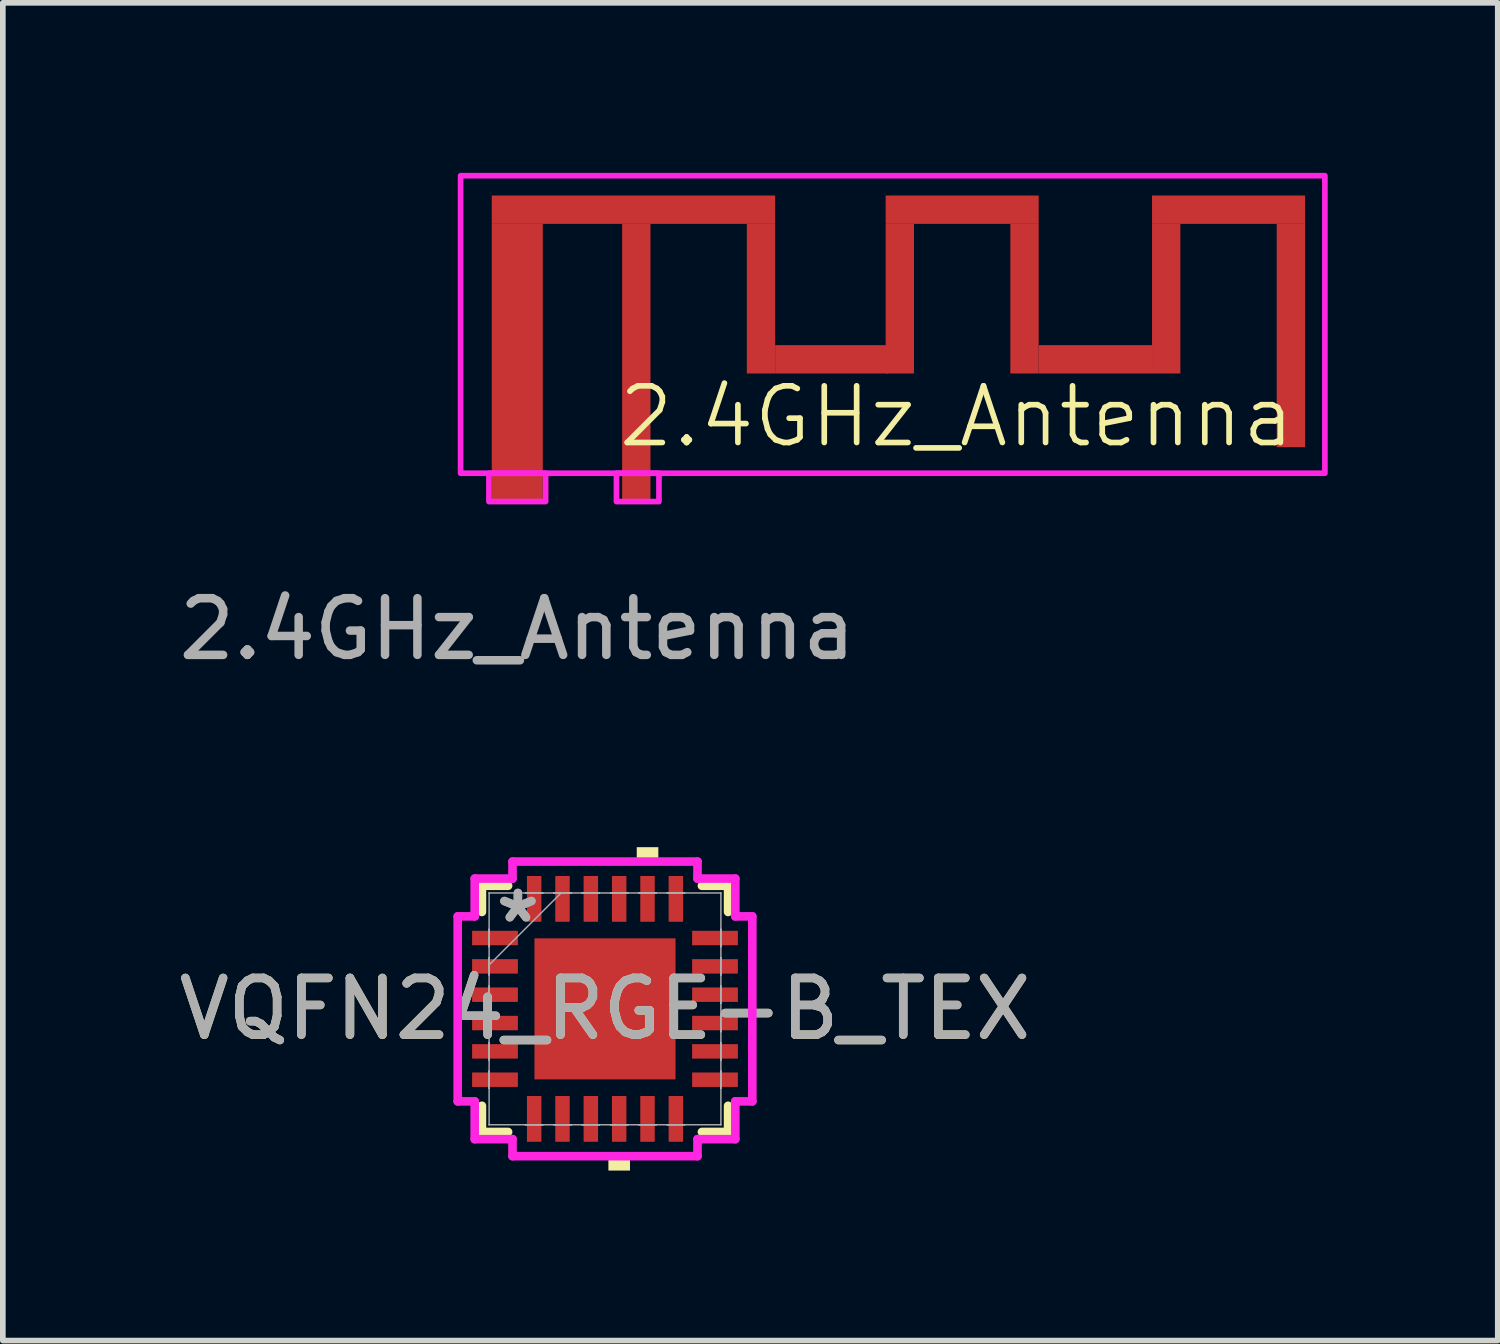
<source format=kicad_pcb>
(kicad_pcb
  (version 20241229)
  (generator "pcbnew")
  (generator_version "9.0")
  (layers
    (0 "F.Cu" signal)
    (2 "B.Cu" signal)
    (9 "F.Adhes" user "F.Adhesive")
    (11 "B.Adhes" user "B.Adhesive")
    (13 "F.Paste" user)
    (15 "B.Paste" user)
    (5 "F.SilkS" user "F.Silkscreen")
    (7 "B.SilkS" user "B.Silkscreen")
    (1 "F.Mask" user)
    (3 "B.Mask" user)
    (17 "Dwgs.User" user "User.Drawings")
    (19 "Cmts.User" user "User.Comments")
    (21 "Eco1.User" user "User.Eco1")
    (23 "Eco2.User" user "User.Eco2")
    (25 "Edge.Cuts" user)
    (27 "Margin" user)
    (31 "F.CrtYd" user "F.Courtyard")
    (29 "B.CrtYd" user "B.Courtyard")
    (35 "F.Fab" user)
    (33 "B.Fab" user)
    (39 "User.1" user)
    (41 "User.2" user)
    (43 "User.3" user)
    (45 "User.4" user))
  (footprint "2.4GHz_Antenna"
    (layer "F.Cu")
    (at 6.077 5.55)
    (property "Reference" "2.4GHz_Antenna" (at 7.75 -1.25 0) (unlocked yes) (layer "F.SilkS") (effects (font (size 1 1) (thickness 0.1))))
    (attr smd)
    (fp_rect (start -0.45 -5.15) (end 4.55 -4.65) (stroke (width 0) (type default)) (fill yes) (layer "F.Cu"))
    (fp_rect (start -0.45 -4.65) (end 0.45 -0.25) (stroke (width 0) (type default)) (fill yes) (layer "F.Cu"))
    (fp_rect (start 1.85 -4.65) (end 2.35 -0.25) (stroke (width 0) (type default)) (fill yes) (layer "F.Cu"))
    (fp_rect (start 4.05 -4.65) (end 4.55 -2.01) (stroke (width 0) (type default)) (fill yes) (layer "F.Cu"))
    (fp_rect (start 4.55 -2.51) (end 6.55 -2.01) (stroke (width 0) (type default)) (fill yes) (layer "F.Cu"))
    (fp_rect (start 6.5 -5.15) (end 9.2 -4.65) (stroke (width 0) (type default)) (fill yes) (layer "F.Cu"))
    (fp_rect (start 6.5 -4.65) (end 7 -2.01) (stroke (width 0) (type default)) (fill yes) (layer "F.Cu"))
    (fp_rect (start 8.7 -4.65) (end 9.2 -2.01) (stroke (width 0) (type default)) (fill yes) (layer "F.Cu"))
    (fp_rect (start 9.2 -2.51) (end 11.2 -2.01) (stroke (width 0) (type default)) (fill yes) (layer "F.Cu"))
    (fp_rect (start 11.2 -5.15) (end 13.9 -4.65) (stroke (width 0) (type default)) (fill yes) (layer "F.Cu"))
    (fp_rect (start 11.2 -4.65) (end 11.7 -2.01) (stroke (width 0) (type default)) (fill yes) (layer "F.Cu"))
    (fp_rect (start 13.4 -4.65) (end 13.9 -0.71) (stroke (width 0) (type default)) (fill yes) (layer "F.Cu"))
    (fp_rect (start -1 -5.5) (end 14.25 -0.25) (stroke (width 0.1) (type default)) (fill no) (layer "F.CrtYd"))
    (fp_rect (start -0.5 -0.25) (end 0.5 0.25) (stroke (width 0.1) (type default)) (fill no) (layer "F.CrtYd"))
    (fp_rect (start 1.75 -0.25) (end 2.5 0.25) (stroke (width 0.1) (type default)) (fill no) (layer "F.CrtYd"))
    (fp_text user "${REFERENCE}" (at 0 2.5 0) (unlocked yes) (layer "F.Fab") (effects (font (size 1 1) (thickness 0.15))))
    (pad "1" smd rect (at 2.1 0) (size 0.5 0.5) (layers "F.Cu"))
    (pad "2" smd rect (at 0 0) (size 0.9 0.5) (layers "F.Cu"))
    (zone (net_name "") (layers "F.Cu" "B.Cu") (hatch edge 0.5) (connect_pads) (min_thickness 0.25) (filled_areas_thickness no) (keepout (tracks not_allowed) (vias not_allowed) (pads not_allowed) (copperpour not_allowed) (footprints not_allowed)) (placement (enabled no)) (fill) (polygon (pts (xy 20.327 0.05) (xy 20.327 5.3) (xy 5.077 5.3) (xy 5.077 0.05)))))
  (footprint "VQFN24_RGE-B_TEX"
    (layer "F.Cu")
    (at 7.625 14.751)
    (property "Reference" "VQFN24_RGE-B_TEX" (at 0 0 0) (unlocked yes) (layer "F.SilkS") (effects (font (size 1 1) (thickness 0.15))))
    (attr smd)
    (fp_line (start -2.172 -2.172) (end -2.172 -1.71) (stroke (width 0.152) (type solid)) (layer "F.SilkS"))
    (fp_line (start -2.172 1.71) (end -2.172 2.172) (stroke (width 0.152) (type solid)) (layer "F.SilkS"))
    (fp_line (start -2.172 2.172) (end -1.71 2.172) (stroke (width 0.152) (type solid)) (layer "F.SilkS"))
    (fp_line (start -1.71 -2.172) (end -2.172 -2.172) (stroke (width 0.152) (type solid)) (layer "F.SilkS"))
    (fp_line (start 1.71 2.172) (end 2.172 2.172) (stroke (width 0.152) (type solid)) (layer "F.SilkS"))
    (fp_line (start 2.172 -2.172) (end 1.71 -2.172) (stroke (width 0.152) (type solid)) (layer "F.SilkS"))
    (fp_line (start 2.172 -1.71) (end 2.172 -2.172) (stroke (width 0.152) (type solid)) (layer "F.SilkS"))
    (fp_line (start 2.172 2.172) (end 2.172 1.71) (stroke (width 0.152) (type solid)) (layer "F.SilkS"))
    (fp_poly (pts (xy 0.06 2.599) (xy 0.06 2.853) (xy 0.441 2.853) (xy 0.441 2.599)) (stroke (width 0) (type solid)) (fill yes) (layer "F.SilkS"))
    (fp_poly (pts (xy 0.56 -2.599) (xy 0.56 -2.853) (xy 0.941 -2.853) (xy 0.941 -2.599)) (stroke (width 0) (type solid)) (fill yes) (layer "F.SilkS"))
    (fp_line (start -2.599 -1.632) (end -2.299 -1.632) (stroke (width 0.152) (type solid)) (layer "F.CrtYd"))
    (fp_line (start -2.599 1.632) (end -2.599 -1.632) (stroke (width 0.152) (type solid)) (layer "F.CrtYd"))
    (fp_line (start -2.299 -2.299) (end -1.632 -2.299) (stroke (width 0.152) (type solid)) (layer "F.CrtYd"))
    (fp_line (start -2.299 -1.632) (end -2.299 -2.299) (stroke (width 0.152) (type solid)) (layer "F.CrtYd"))
    (fp_line (start -2.299 1.632) (end -2.599 1.632) (stroke (width 0.152) (type solid)) (layer "F.CrtYd"))
    (fp_line (start -2.299 2.299) (end -2.299 1.632) (stroke (width 0.152) (type solid)) (layer "F.CrtYd"))
    (fp_line (start -1.632 -2.599) (end 1.632 -2.599) (stroke (width 0.152) (type solid)) (layer "F.CrtYd"))
    (fp_line (start -1.632 -2.299) (end -1.632 -2.599) (stroke (width 0.152) (type solid)) (layer "F.CrtYd"))
    (fp_line (start -1.632 2.299) (end -2.299 2.299) (stroke (width 0.152) (type solid)) (layer "F.CrtYd"))
    (fp_line (start -1.632 2.599) (end -1.632 2.299) (stroke (width 0.152) (type solid)) (layer "F.CrtYd"))
    (fp_line (start 1.632 -2.599) (end 1.632 -2.299) (stroke (width 0.152) (type solid)) (layer "F.CrtYd"))
    (fp_line (start 1.632 -2.299) (end 2.299 -2.299) (stroke (width 0.152) (type solid)) (layer "F.CrtYd"))
    (fp_line (start 1.632 2.299) (end 1.632 2.599) (stroke (width 0.152) (type solid)) (layer "F.CrtYd"))
    (fp_line (start 1.632 2.599) (end -1.632 2.599) (stroke (width 0.152) (type solid)) (layer "F.CrtYd"))
    (fp_line (start 2.299 -2.299) (end 2.299 -1.632) (stroke (width 0.152) (type solid)) (layer "F.CrtYd"))
    (fp_line (start 2.299 -1.632) (end 2.599 -1.632) (stroke (width 0.152) (type solid)) (layer "F.CrtYd"))
    (fp_line (start 2.299 1.632) (end 2.299 2.299) (stroke (width 0.152) (type solid)) (layer "F.CrtYd"))
    (fp_line (start 2.299 2.299) (end 1.632 2.299) (stroke (width 0.152) (type solid)) (layer "F.CrtYd"))
    (fp_line (start 2.599 -1.632) (end 2.599 1.632) (stroke (width 0.152) (type solid)) (layer "F.CrtYd"))
    (fp_line (start 2.599 1.632) (end 2.299 1.632) (stroke (width 0.152) (type solid)) (layer "F.CrtYd"))
    (fp_line (start -2.045 -2.045) (end -2.045 -2.045) (stroke (width 0.025) (type solid)) (layer "F.Fab"))
    (fp_line (start -2.045 -2.045) (end -2.045 2.045) (stroke (width 0.025) (type solid)) (layer "F.Fab"))
    (fp_line (start -2.045 -1.403) (end -2.045 -1.403) (stroke (width 0.025) (type solid)) (layer "F.Fab"))
    (fp_line (start -2.045 -1.403) (end -2.045 -1.098) (stroke (width 0.025) (type solid)) (layer "F.Fab"))
    (fp_line (start -2.045 -1.098) (end -2.045 -1.403) (stroke (width 0.025) (type solid)) (layer "F.Fab"))
    (fp_line (start -2.045 -1.098) (end -2.045 -1.098) (stroke (width 0.025) (type solid)) (layer "F.Fab"))
    (fp_line (start -2.045 -0.903) (end -2.045 -0.903) (stroke (width 0.025) (type solid)) (layer "F.Fab"))
    (fp_line (start -2.045 -0.903) (end -2.045 -0.598) (stroke (width 0.025) (type solid)) (layer "F.Fab"))
    (fp_line (start -2.045 -0.775) (end -0.775 -2.045) (stroke (width 0.025) (type solid)) (layer "F.Fab"))
    (fp_line (start -2.045 -0.598) (end -2.045 -0.903) (stroke (width 0.025) (type solid)) (layer "F.Fab"))
    (fp_line (start -2.045 -0.598) (end -2.045 -0.598) (stroke (width 0.025) (type solid)) (layer "F.Fab"))
    (fp_line (start -2.045 -0.402) (end -2.045 -0.402) (stroke (width 0.025) (type solid)) (layer "F.Fab"))
    (fp_line (start -2.045 -0.402) (end -2.045 -0.098) (stroke (width 0.025) (type solid)) (layer "F.Fab"))
    (fp_line (start -2.045 -0.098) (end -2.045 -0.402) (stroke (width 0.025) (type solid)) (layer "F.Fab"))
    (fp_line (start -2.045 -0.098) (end -2.045 -0.098) (stroke (width 0.025) (type solid)) (layer "F.Fab"))
    (fp_line (start -2.045 0.098) (end -2.045 0.098) (stroke (width 0.025) (type solid)) (layer "F.Fab"))
    (fp_line (start -2.045 0.098) (end -2.045 0.402) (stroke (width 0.025) (type solid)) (layer "F.Fab"))
    (fp_line (start -2.045 0.402) (end -2.045 0.098) (stroke (width 0.025) (type solid)) (layer "F.Fab"))
    (fp_line (start -2.045 0.402) (end -2.045 0.402) (stroke (width 0.025) (type solid)) (layer "F.Fab"))
    (fp_line (start -2.045 0.598) (end -2.045 0.598) (stroke (width 0.025) (type solid)) (layer "F.Fab"))
    (fp_line (start -2.045 0.598) (end -2.045 0.903) (stroke (width 0.025) (type solid)) (layer "F.Fab"))
    (fp_line (start -2.045 0.903) (end -2.045 0.598) (stroke (width 0.025) (type solid)) (layer "F.Fab"))
    (fp_line (start -2.045 0.903) (end -2.045 0.903) (stroke (width 0.025) (type solid)) (layer "F.Fab"))
    (fp_line (start -2.045 1.098) (end -2.045 1.098) (stroke (width 0.025) (type solid)) (layer "F.Fab"))
    (fp_line (start -2.045 1.098) (end -2.045 1.403) (stroke (width 0.025) (type solid)) (layer "F.Fab"))
    (fp_line (start -2.045 1.403) (end -2.045 1.098) (stroke (width 0.025) (type solid)) (layer "F.Fab"))
    (fp_line (start -2.045 1.403) (end -2.045 1.403) (stroke (width 0.025) (type solid)) (layer "F.Fab"))
    (fp_line (start -2.045 2.045) (end -2.045 2.045) (stroke (width 0.025) (type solid)) (layer "F.Fab"))
    (fp_line (start -2.045 2.045) (end 2.045 2.045) (stroke (width 0.025) (type solid)) (layer "F.Fab"))
    (fp_line (start -1.403 -2.045) (end -1.403 -2.045) (stroke (width 0.025) (type solid)) (layer "F.Fab"))
    (fp_line (start -1.403 -2.045) (end -1.098 -2.045) (stroke (width 0.025) (type solid)) (layer "F.Fab"))
    (fp_line (start -1.403 2.045) (end -1.403 2.045) (stroke (width 0.025) (type solid)) (layer "F.Fab"))
    (fp_line (start -1.403 2.045) (end -1.098 2.045) (stroke (width 0.025) (type solid)) (layer "F.Fab"))
    (fp_line (start -1.098 -2.045) (end -1.403 -2.045) (stroke (width 0.025) (type solid)) (layer "F.Fab"))
    (fp_line (start -1.098 -2.045) (end -1.098 -2.045) (stroke (width 0.025) (type solid)) (layer "F.Fab"))
    (fp_line (start -1.098 2.045) (end -1.403 2.045) (stroke (width 0.025) (type solid)) (layer "F.Fab"))
    (fp_line (start -1.098 2.045) (end -1.098 2.045) (stroke (width 0.025) (type solid)) (layer "F.Fab"))
    (fp_line (start -0.903 -2.045) (end -0.903 -2.045) (stroke (width 0.025) (type solid)) (layer "F.Fab"))
    (fp_line (start -0.903 -2.045) (end -0.598 -2.045) (stroke (width 0.025) (type solid)) (layer "F.Fab"))
    (fp_line (start -0.903 2.045) (end -0.903 2.045) (stroke (width 0.025) (type solid)) (layer "F.Fab"))
    (fp_line (start -0.903 2.045) (end -0.598 2.045) (stroke (width 0.025) (type solid)) (layer "F.Fab"))
    (fp_line (start -0.598 -2.045) (end -0.903 -2.045) (stroke (width 0.025) (type solid)) (layer "F.Fab"))
    (fp_line (start -0.598 -2.045) (end -0.598 -2.045) (stroke (width 0.025) (type solid)) (layer "F.Fab"))
    (fp_line (start -0.598 2.045) (end -0.903 2.045) (stroke (width 0.025) (type solid)) (layer "F.Fab"))
    (fp_line (start -0.598 2.045) (end -0.598 2.045) (stroke (width 0.025) (type solid)) (layer "F.Fab"))
    (fp_line (start -0.402 -2.045) (end -0.402 -2.045) (stroke (width 0.025) (type solid)) (layer "F.Fab"))
    (fp_line (start -0.402 -2.045) (end -0.098 -2.045) (stroke (width 0.025) (type solid)) (layer "F.Fab"))
    (fp_line (start -0.402 2.045) (end -0.402 2.045) (stroke (width 0.025) (type solid)) (layer "F.Fab"))
    (fp_line (start -0.402 2.045) (end -0.098 2.045) (stroke (width 0.025) (type solid)) (layer "F.Fab"))
    (fp_line (start -0.098 -2.045) (end -0.402 -2.045) (stroke (width 0.025) (type solid)) (layer "F.Fab"))
    (fp_line (start -0.098 -2.045) (end -0.098 -2.045) (stroke (width 0.025) (type solid)) (layer "F.Fab"))
    (fp_line (start -0.098 2.045) (end -0.402 2.045) (stroke (width 0.025) (type solid)) (layer "F.Fab"))
    (fp_line (start -0.098 2.045) (end -0.098 2.045) (stroke (width 0.025) (type solid)) (layer "F.Fab"))
    (fp_line (start 0.098 -2.045) (end 0.098 -2.045) (stroke (width 0.025) (type solid)) (layer "F.Fab"))
    (fp_line (start 0.098 -2.045) (end 0.402 -2.045) (stroke (width 0.025) (type solid)) (layer "F.Fab"))
    (fp_line (start 0.098 2.045) (end 0.098 2.045) (stroke (width 0.025) (type solid)) (layer "F.Fab"))
    (fp_line (start 0.098 2.045) (end 0.402 2.045) (stroke (width 0.025) (type solid)) (layer "F.Fab"))
    (fp_line (start 0.402 -2.045) (end 0.098 -2.045) (stroke (width 0.025) (type solid)) (layer "F.Fab"))
    (fp_line (start 0.402 -2.045) (end 0.402 -2.045) (stroke (width 0.025) (type solid)) (layer "F.Fab"))
    (fp_line (start 0.402 2.045) (end 0.098 2.045) (stroke (width 0.025) (type solid)) (layer "F.Fab"))
    (fp_line (start 0.402 2.045) (end 0.402 2.045) (stroke (width 0.025) (type solid)) (layer "F.Fab"))
    (fp_line (start 0.598 -2.045) (end 0.598 -2.045) (stroke (width 0.025) (type solid)) (layer "F.Fab"))
    (fp_line (start 0.598 -2.045) (end 0.903 -2.045) (stroke (width 0.025) (type solid)) (layer "F.Fab"))
    (fp_line (start 0.598 2.045) (end 0.598 2.045) (stroke (width 0.025) (type solid)) (layer "F.Fab"))
    (fp_line (start 0.598 2.045) (end 0.903 2.045) (stroke (width 0.025) (type solid)) (layer "F.Fab"))
    (fp_line (start 0.903 -2.045) (end 0.598 -2.045) (stroke (width 0.025) (type solid)) (layer "F.Fab"))
    (fp_line (start 0.903 -2.045) (end 0.903 -2.045) (stroke (width 0.025) (type solid)) (layer "F.Fab"))
    (fp_line (start 0.903 2.045) (end 0.598 2.045) (stroke (width 0.025) (type solid)) (layer "F.Fab"))
    (fp_line (start 0.903 2.045) (end 0.903 2.045) (stroke (width 0.025) (type solid)) (layer "F.Fab"))
    (fp_line (start 1.098 -2.045) (end 1.098 -2.045) (stroke (width 0.025) (type solid)) (layer "F.Fab"))
    (fp_line (start 1.098 -2.045) (end 1.403 -2.045) (stroke (width 0.025) (type solid)) (layer "F.Fab"))
    (fp_line (start 1.098 2.045) (end 1.098 2.045) (stroke (width 0.025) (type solid)) (layer "F.Fab"))
    (fp_line (start 1.098 2.045) (end 1.403 2.045) (stroke (width 0.025) (type solid)) (layer "F.Fab"))
    (fp_line (start 1.403 -2.045) (end 1.098 -2.045) (stroke (width 0.025) (type solid)) (layer "F.Fab"))
    (fp_line (start 1.403 -2.045) (end 1.403 -2.045) (stroke (width 0.025) (type solid)) (layer "F.Fab"))
    (fp_line (start 1.403 2.045) (end 1.098 2.045) (stroke (width 0.025) (type solid)) (layer "F.Fab"))
    (fp_line (start 1.403 2.045) (end 1.403 2.045) (stroke (width 0.025) (type solid)) (layer "F.Fab"))
    (fp_line (start 2.045 -2.045) (end -2.045 -2.045) (stroke (width 0.025) (type solid)) (layer "F.Fab"))
    (fp_line (start 2.045 -2.045) (end 2.045 -2.045) (stroke (width 0.025) (type solid)) (layer "F.Fab"))
    (fp_line (start 2.045 -1.403) (end 2.045 -1.403) (stroke (width 0.025) (type solid)) (layer "F.Fab"))
    (fp_line (start 2.045 -1.403) (end 2.045 -1.098) (stroke (width 0.025) (type solid)) (layer "F.Fab"))
    (fp_line (start 2.045 -1.098) (end 2.045 -1.403) (stroke (width 0.025) (type solid)) (layer "F.Fab"))
    (fp_line (start 2.045 -1.098) (end 2.045 -1.098) (stroke (width 0.025) (type solid)) (layer "F.Fab"))
    (fp_line (start 2.045 -0.903) (end 2.045 -0.903) (stroke (width 0.025) (type solid)) (layer "F.Fab"))
    (fp_line (start 2.045 -0.903) (end 2.045 -0.598) (stroke (width 0.025) (type solid)) (layer "F.Fab"))
    (fp_line (start 2.045 -0.598) (end 2.045 -0.903) (stroke (width 0.025) (type solid)) (layer "F.Fab"))
    (fp_line (start 2.045 -0.598) (end 2.045 -0.598) (stroke (width 0.025) (type solid)) (layer "F.Fab"))
    (fp_line (start 2.045 -0.402) (end 2.045 -0.402) (stroke (width 0.025) (type solid)) (layer "F.Fab"))
    (fp_line (start 2.045 -0.402) (end 2.045 -0.098) (stroke (width 0.025) (type solid)) (layer "F.Fab"))
    (fp_line (start 2.045 -0.098) (end 2.045 -0.402) (stroke (width 0.025) (type solid)) (layer "F.Fab"))
    (fp_line (start 2.045 -0.098) (end 2.045 -0.098) (stroke (width 0.025) (type solid)) (layer "F.Fab"))
    (fp_line (start 2.045 0.098) (end 2.045 0.098) (stroke (width 0.025) (type solid)) (layer "F.Fab"))
    (fp_line (start 2.045 0.098) (end 2.045 0.402) (stroke (width 0.025) (type solid)) (layer "F.Fab"))
    (fp_line (start 2.045 0.402) (end 2.045 0.098) (stroke (width 0.025) (type solid)) (layer "F.Fab"))
    (fp_line (start 2.045 0.402) (end 2.045 0.402) (stroke (width 0.025) (type solid)) (layer "F.Fab"))
    (fp_line (start 2.045 0.598) (end 2.045 0.598) (stroke (width 0.025) (type solid)) (layer "F.Fab"))
    (fp_line (start 2.045 0.598) (end 2.045 0.903) (stroke (width 0.025) (type solid)) (layer "F.Fab"))
    (fp_line (start 2.045 0.903) (end 2.045 0.598) (stroke (width 0.025) (type solid)) (layer "F.Fab"))
    (fp_line (start 2.045 0.903) (end 2.045 0.903) (stroke (width 0.025) (type solid)) (layer "F.Fab"))
    (fp_line (start 2.045 1.098) (end 2.045 1.098) (stroke (width 0.025) (type solid)) (layer "F.Fab"))
    (fp_line (start 2.045 1.098) (end 2.045 1.403) (stroke (width 0.025) (type solid)) (layer "F.Fab"))
    (fp_line (start 2.045 1.403) (end 2.045 1.098) (stroke (width 0.025) (type solid)) (layer "F.Fab"))
    (fp_line (start 2.045 1.403) (end 2.045 1.403) (stroke (width 0.025) (type solid)) (layer "F.Fab"))
    (fp_line (start 2.045 2.045) (end 2.045 -2.045) (stroke (width 0.025) (type solid)) (layer "F.Fab"))
    (fp_line (start 2.045 2.045) (end 2.045 2.045) (stroke (width 0.025) (type solid)) (layer "F.Fab"))
    (fp_text user "*" (at -1.537 -1.5 0) (unlocked yes) (layer "F.Fab") (effects (font (size 1 1) (thickness 0.15))))
    (fp_text user "${REFERENCE}" (at 0 0 0) (unlocked yes) (layer "F.Fab") (effects (font (size 1 1) (thickness 0.15))))
    (fp_text user "*" (at -1.537 -1.5 0) (layer "F.Fab") (effects (font (size 1 1) (thickness 0.15))))
    (pad "1" smd rect (at -1.941 -1.25 90) (size 0.255 0.808) (layers "F.Cu" "F.Mask" "F.Paste"))
    (pad "2" smd rect (at -1.941 -0.75 90) (size 0.255 0.808) (layers "F.Cu" "F.Mask" "F.Paste"))
    (pad "3" smd rect (at -1.941 -0.25 90) (size 0.255 0.808) (layers "F.Cu" "F.Mask" "F.Paste"))
    (pad "4" smd rect (at -1.941 0.25 90) (size 0.255 0.808) (layers "F.Cu" "F.Mask" "F.Paste"))
    (pad "5" smd rect (at -1.941 0.75 90) (size 0.255 0.808) (layers "F.Cu" "F.Mask" "F.Paste"))
    (pad "6" smd rect (at -1.941 1.25 90) (size 0.255 0.808) (layers "F.Cu" "F.Mask" "F.Paste"))
    (pad "7" smd rect (at -1.25 1.941) (size 0.255 0.808) (layers "F.Cu" "F.Mask" "F.Paste"))
    (pad "8" smd rect (at -0.75 1.941) (size 0.255 0.808) (layers "F.Cu" "F.Mask" "F.Paste"))
    (pad "9" smd rect (at -0.25 1.941) (size 0.255 0.808) (layers "F.Cu" "F.Mask" "F.Paste"))
    (pad "10" smd rect (at 0.25 1.941) (size 0.255 0.808) (layers "F.Cu" "F.Mask" "F.Paste"))
    (pad "11" smd rect (at 0.75 1.941) (size 0.255 0.808) (layers "F.Cu" "F.Mask" "F.Paste"))
    (pad "12" smd rect (at 1.25 1.941) (size 0.255 0.808) (layers "F.Cu" "F.Mask" "F.Paste"))
    (pad "13" smd rect (at 1.941 1.25 90) (size 0.255 0.808) (layers "F.Cu" "F.Mask" "F.Paste"))
    (pad "14" smd rect (at 1.941 0.75 90) (size 0.255 0.808) (layers "F.Cu" "F.Mask" "F.Paste"))
    (pad "15" smd rect (at 1.941 0.25 90) (size 0.255 0.808) (layers "F.Cu" "F.Mask" "F.Paste"))
    (pad "16" smd rect (at 1.941 -0.25 90) (size 0.255 0.808) (layers "F.Cu" "F.Mask" "F.Paste"))
    (pad "17" smd rect (at 1.941 -0.75 90) (size 0.255 0.808) (layers "F.Cu" "F.Mask" "F.Paste"))
    (pad "18" smd rect (at 1.941 -1.25 90) (size 0.255 0.808) (layers "F.Cu" "F.Mask" "F.Paste"))
    (pad "19" smd rect (at 1.25 -1.941) (size 0.255 0.808) (layers "F.Cu" "F.Mask" "F.Paste"))
    (pad "20" smd rect (at 0.75 -1.941) (size 0.255 0.808) (layers "F.Cu" "F.Mask" "F.Paste"))
    (pad "21" smd rect (at 0.25 -1.941) (size 0.255 0.808) (layers "F.Cu" "F.Mask" "F.Paste"))
    (pad "22" smd rect (at -0.25 -1.941) (size 0.255 0.808) (layers "F.Cu" "F.Mask" "F.Paste"))
    (pad "23" smd rect (at -0.75 -1.941) (size 0.255 0.808) (layers "F.Cu" "F.Mask" "F.Paste"))
    (pad "24" smd rect (at -1.25 -1.941) (size 0.255 0.808) (layers "F.Cu" "F.Mask" "F.Paste"))
    (pad "25" smd rect (at 0 0) (size 2.489 2.489) (layers "F.Cu" "F.Mask" "F.Paste")))
  (gr_rect
    (start -3 -3)
    (end 23.377 20.604)
    (stroke (width 0.1) (type default))
    (fill no)
    (layer "Edge.Cuts")))
</source>
